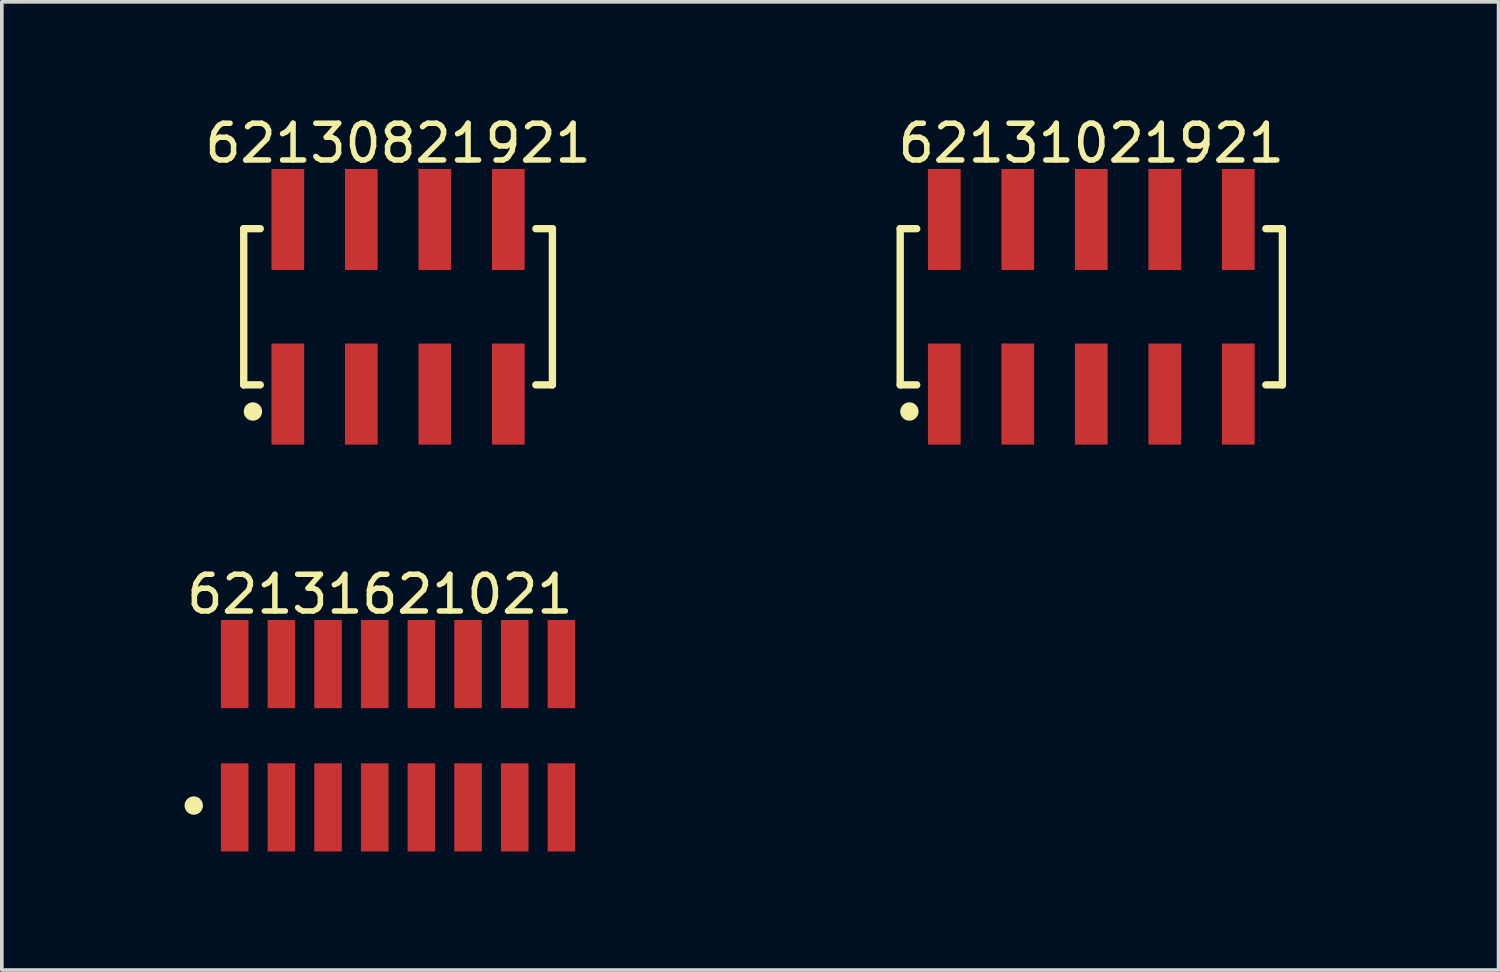
<source format=kicad_pcb>
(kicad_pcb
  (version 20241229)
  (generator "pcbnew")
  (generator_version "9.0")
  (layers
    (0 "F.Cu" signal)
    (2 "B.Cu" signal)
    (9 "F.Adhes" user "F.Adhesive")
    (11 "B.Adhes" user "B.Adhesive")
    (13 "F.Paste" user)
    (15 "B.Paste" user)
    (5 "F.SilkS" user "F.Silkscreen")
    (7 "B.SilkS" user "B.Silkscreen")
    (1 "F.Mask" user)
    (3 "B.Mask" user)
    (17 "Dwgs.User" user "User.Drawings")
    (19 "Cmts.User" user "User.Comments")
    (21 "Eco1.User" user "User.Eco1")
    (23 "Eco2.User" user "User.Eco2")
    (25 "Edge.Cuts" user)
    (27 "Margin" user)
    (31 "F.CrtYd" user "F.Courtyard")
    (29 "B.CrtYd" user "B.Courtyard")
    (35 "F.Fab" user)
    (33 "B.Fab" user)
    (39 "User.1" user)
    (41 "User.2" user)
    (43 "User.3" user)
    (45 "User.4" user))
  (footprint "62131621021"
    (layer "F.Cu")
    (at 7.782 16.971)
    (property "Reference" "62131621021" (at -0.495 -3.85 0) (layer "F.SilkS") (effects (font (size 1 1) (thickness 0.15))))
    (fp_circle (center -5.56 1.9) (end -5.56 1.775) (stroke (width 0.25) (type solid)) (fill no) (layer "F.SilkS"))
    (fp_line (start -5.28 -3.35) (end 5.28 -3.35) (stroke (width 0.05) (type solid)) (layer "Eco2.User"))
    (fp_line (start -5.28 3.35) (end -5.28 -3.35) (stroke (width 0.05) (type solid)) (layer "Eco2.User"))
    (fp_line (start -5.28 3.35) (end 5.28 3.35) (stroke (width 0.05) (type solid)) (layer "Eco2.User"))
    (fp_line (start -5.08 -1.7) (end 5.08 -1.7) (stroke (width 0.1) (type solid)) (layer "Eco2.User"))
    (fp_line (start -5.08 1.7) (end -5.08 -1.7) (stroke (width 0.1) (type solid)) (layer "Eco2.User"))
    (fp_line (start -5.08 1.7) (end 5.08 1.7) (stroke (width 0.1) (type solid)) (layer "Eco2.User"))
    (fp_line (start -4.645 -2.5) (end -4.245 -2.5) (stroke (width 0.1) (type solid)) (layer "Eco2.User"))
    (fp_line (start -4.645 -1.7) (end -4.645 -2.5) (stroke (width 0.1) (type solid)) (layer "Eco2.User"))
    (fp_line (start -4.645 2.5) (end -4.645 1.7) (stroke (width 0.1) (type solid)) (layer "Eco2.User"))
    (fp_line (start -4.645 2.5) (end -4.245 2.5) (stroke (width 0.1) (type solid)) (layer "Eco2.User"))
    (fp_line (start -4.245 -1.7) (end -4.245 -2.5) (stroke (width 0.1) (type solid)) (layer "Eco2.User"))
    (fp_line (start -4.245 2.5) (end -4.245 1.7) (stroke (width 0.1) (type solid)) (layer "Eco2.User"))
    (fp_line (start -3.375 -2.5) (end -2.975 -2.5) (stroke (width 0.1) (type solid)) (layer "Eco2.User"))
    (fp_line (start -3.375 -1.7) (end -3.375 -2.5) (stroke (width 0.1) (type solid)) (layer "Eco2.User"))
    (fp_line (start -3.375 2.5) (end -3.375 1.7) (stroke (width 0.1) (type solid)) (layer "Eco2.User"))
    (fp_line (start -3.375 2.5) (end -2.975 2.5) (stroke (width 0.1) (type solid)) (layer "Eco2.User"))
    (fp_line (start -2.975 -1.7) (end -2.975 -2.5) (stroke (width 0.1) (type solid)) (layer "Eco2.User"))
    (fp_line (start -2.975 2.5) (end -2.975 1.7) (stroke (width 0.1) (type solid)) (layer "Eco2.User"))
    (fp_line (start -2.105 -2.5) (end -1.705 -2.5) (stroke (width 0.1) (type solid)) (layer "Eco2.User"))
    (fp_line (start -2.105 -1.7) (end -2.105 -2.5) (stroke (width 0.1) (type solid)) (layer "Eco2.User"))
    (fp_line (start -2.105 2.5) (end -2.105 1.7) (stroke (width 0.1) (type solid)) (layer "Eco2.User"))
    (fp_line (start -2.105 2.5) (end -1.705 2.5) (stroke (width 0.1) (type solid)) (layer "Eco2.User"))
    (fp_line (start -1.705 -1.7) (end -1.705 -2.5) (stroke (width 0.1) (type solid)) (layer "Eco2.User"))
    (fp_line (start -1.705 2.5) (end -1.705 1.7) (stroke (width 0.1) (type solid)) (layer "Eco2.User"))
    (fp_line (start -0.835 -2.5) (end -0.435 -2.5) (stroke (width 0.1) (type solid)) (layer "Eco2.User"))
    (fp_line (start -0.835 -1.7) (end -0.835 -2.5) (stroke (width 0.1) (type solid)) (layer "Eco2.User"))
    (fp_line (start -0.835 2.5) (end -0.835 1.7) (stroke (width 0.1) (type solid)) (layer "Eco2.User"))
    (fp_line (start -0.835 2.5) (end -0.435 2.5) (stroke (width 0.1) (type solid)) (layer "Eco2.User"))
    (fp_line (start -0.5 0) (end 0.5 0) (stroke (width 0.05) (type solid)) (layer "Eco2.User"))
    (fp_line (start -0.435 -1.7) (end -0.435 -2.5) (stroke (width 0.1) (type solid)) (layer "Eco2.User"))
    (fp_line (start -0.435 2.5) (end -0.435 1.7) (stroke (width 0.1) (type solid)) (layer "Eco2.User"))
    (fp_line (start 0 0.5) (end 0 -0.5) (stroke (width 0.05) (type solid)) (layer "Eco2.User"))
    (fp_line (start 0.435 -2.5) (end 0.835 -2.5) (stroke (width 0.1) (type solid)) (layer "Eco2.User"))
    (fp_line (start 0.435 -1.7) (end 0.435 -2.5) (stroke (width 0.1) (type solid)) (layer "Eco2.User"))
    (fp_line (start 0.435 2.5) (end 0.435 1.7) (stroke (width 0.1) (type solid)) (layer "Eco2.User"))
    (fp_line (start 0.435 2.5) (end 0.835 2.5) (stroke (width 0.1) (type solid)) (layer "Eco2.User"))
    (fp_line (start 0.835 -1.7) (end 0.835 -2.5) (stroke (width 0.1) (type solid)) (layer "Eco2.User"))
    (fp_line (start 0.835 2.5) (end 0.835 1.7) (stroke (width 0.1) (type solid)) (layer "Eco2.User"))
    (fp_line (start 1.705 -2.5) (end 2.105 -2.5) (stroke (width 0.1) (type solid)) (layer "Eco2.User"))
    (fp_line (start 1.705 -1.7) (end 1.705 -2.5) (stroke (width 0.1) (type solid)) (layer "Eco2.User"))
    (fp_line (start 1.705 2.5) (end 1.705 1.7) (stroke (width 0.1) (type solid)) (layer "Eco2.User"))
    (fp_line (start 1.705 2.5) (end 2.105 2.5) (stroke (width 0.1) (type solid)) (layer "Eco2.User"))
    (fp_line (start 2.105 -1.7) (end 2.105 -2.5) (stroke (width 0.1) (type solid)) (layer "Eco2.User"))
    (fp_line (start 2.105 2.5) (end 2.105 1.7) (stroke (width 0.1) (type solid)) (layer "Eco2.User"))
    (fp_line (start 2.975 -2.5) (end 3.375 -2.5) (stroke (width 0.1) (type solid)) (layer "Eco2.User"))
    (fp_line (start 2.975 -1.7) (end 2.975 -2.5) (stroke (width 0.1) (type solid)) (layer "Eco2.User"))
    (fp_line (start 2.975 2.5) (end 2.975 1.7) (stroke (width 0.1) (type solid)) (layer "Eco2.User"))
    (fp_line (start 2.975 2.5) (end 3.375 2.5) (stroke (width 0.1) (type solid)) (layer "Eco2.User"))
    (fp_line (start 3.375 -1.7) (end 3.375 -2.5) (stroke (width 0.1) (type solid)) (layer "Eco2.User"))
    (fp_line (start 3.375 2.5) (end 3.375 1.7) (stroke (width 0.1) (type solid)) (layer "Eco2.User"))
    (fp_line (start 4.245 -2.5) (end 4.645 -2.5) (stroke (width 0.1) (type solid)) (layer "Eco2.User"))
    (fp_line (start 4.245 -1.7) (end 4.245 -2.5) (stroke (width 0.1) (type solid)) (layer "Eco2.User"))
    (fp_line (start 4.245 2.5) (end 4.245 1.7) (stroke (width 0.1) (type solid)) (layer "Eco2.User"))
    (fp_line (start 4.245 2.5) (end 4.645 2.5) (stroke (width 0.1) (type solid)) (layer "Eco2.User"))
    (fp_line (start 4.645 -1.7) (end 4.645 -2.5) (stroke (width 0.1) (type solid)) (layer "Eco2.User"))
    (fp_line (start 4.645 2.5) (end 4.645 1.7) (stroke (width 0.1) (type solid)) (layer "Eco2.User"))
    (fp_line (start 5.08 1.7) (end 5.08 -1.7) (stroke (width 0.1) (type solid)) (layer "Eco2.User"))
    (fp_line (start 5.28 3.35) (end 5.28 -3.35) (stroke (width 0.05) (type solid)) (layer "Eco2.User"))
    (fp_text user "${REFERENCE}" (at 0.15 -0.197 0) (unlocked yes) (layer "User.3") (effects (font (size 1.5 1.5) (thickness 0.15))))
    (pad "1" smd rect (at -4.445 1.95) (size 0.75 2.4) (layers "F.Cu" "F.Mask" "F.Paste"))
    (pad "2" smd rect (at -4.445 -1.95) (size 0.75 2.4) (layers "F.Cu" "F.Mask" "F.Paste"))
    (pad "3" smd rect (at -3.175 1.95) (size 0.75 2.4) (layers "F.Cu" "F.Mask" "F.Paste"))
    (pad "4" smd rect (at -3.175 -1.95) (size 0.75 2.4) (layers "F.Cu" "F.Mask" "F.Paste"))
    (pad "5" smd rect (at -1.905 1.95) (size 0.75 2.4) (layers "F.Cu" "F.Mask" "F.Paste"))
    (pad "6" smd rect (at -1.905 -1.95) (size 0.75 2.4) (layers "F.Cu" "F.Mask" "F.Paste"))
    (pad "7" smd rect (at -0.635 1.95) (size 0.75 2.4) (layers "F.Cu" "F.Mask" "F.Paste"))
    (pad "8" smd rect (at -0.635 -1.95) (size 0.75 2.4) (layers "F.Cu" "F.Mask" "F.Paste"))
    (pad "9" smd rect (at 0.635 1.95) (size 0.75 2.4) (layers "F.Cu" "F.Mask" "F.Paste"))
    (pad "10" smd rect (at 0.635 -1.95) (size 0.75 2.4) (layers "F.Cu" "F.Mask" "F.Paste"))
    (pad "11" smd rect (at 1.905 1.95) (size 0.75 2.4) (layers "F.Cu" "F.Mask" "F.Paste"))
    (pad "12" smd rect (at 1.905 -1.95) (size 0.75 2.4) (layers "F.Cu" "F.Mask" "F.Paste"))
    (pad "13" smd rect (at 3.175 1.95) (size 0.75 2.4) (layers "F.Cu" "F.Mask" "F.Paste"))
    (pad "14" smd rect (at 3.175 -1.95) (size 0.75 2.4) (layers "F.Cu" "F.Mask" "F.Paste"))
    (pad "15" smd rect (at 4.445 1.95) (size 0.75 2.4) (layers "F.Cu" "F.Mask" "F.Paste"))
    (pad "16" smd rect (at 4.445 -1.95) (size 0.75 2.4) (layers "F.Cu" "F.Mask" "F.Paste")))
  (footprint "62131021921"
    (layer "F.Cu")
    (at 26.646 5.298)
    (property "Reference" "62131021921" (at 0 -4.45 0) (layer "F.SilkS") (effects (font (size 1 1) (thickness 0.15))))
    (fp_line (start -5.2 -2.125) (end -4.75 -2.125) (stroke (width 0.2) (type solid)) (layer "F.SilkS"))
    (fp_line (start -5.2 2.125) (end -5.2 -2.125) (stroke (width 0.2) (type solid)) (layer "F.SilkS"))
    (fp_line (start -5.2 2.125) (end -4.75 2.125) (stroke (width 0.2) (type solid)) (layer "F.SilkS"))
    (fp_line (start 4.75 -2.125) (end 5.2 -2.125) (stroke (width 0.2) (type solid)) (layer "F.SilkS"))
    (fp_line (start 4.75 2.125) (end 5.2 2.125) (stroke (width 0.2) (type solid)) (layer "F.SilkS"))
    (fp_line (start 5.2 2.125) (end 5.2 -2.125) (stroke (width 0.2) (type solid)) (layer "F.SilkS"))
    (fp_circle (center -4.95 2.85) (end -4.95 2.725) (stroke (width 0.25) (type solid)) (fill no) (layer "F.SilkS"))
    (fp_line (start -5.4 -3.95) (end 5.4 -3.95) (stroke (width 0.05) (type solid)) (layer "Eco2.User"))
    (fp_line (start -5.4 3.95) (end -5.4 -3.95) (stroke (width 0.05) (type solid)) (layer "Eco2.User"))
    (fp_line (start -5.4 3.95) (end 5.4 3.95) (stroke (width 0.05) (type solid)) (layer "Eco2.User"))
    (fp_line (start -5 -2) (end 5 -2) (stroke (width 0.1) (type solid)) (layer "Eco2.User"))
    (fp_line (start -5 2) (end -5 -2) (stroke (width 0.1) (type solid)) (layer "Eco2.User"))
    (fp_line (start -5 2) (end 5 2) (stroke (width 0.1) (type solid)) (layer "Eco2.User"))
    (fp_line (start -4.25 -3.1) (end -3.75 -3.1) (stroke (width 0.1) (type solid)) (layer "Eco2.User"))
    (fp_line (start -4.25 -2) (end -4.25 -3.1) (stroke (width 0.1) (type solid)) (layer "Eco2.User"))
    (fp_line (start -4.25 3.1) (end -4.25 2) (stroke (width 0.1) (type solid)) (layer "Eco2.User"))
    (fp_line (start -4.25 3.1) (end -3.75 3.1) (stroke (width 0.1) (type solid)) (layer "Eco2.User"))
    (fp_line (start -3.75 -2) (end -3.75 -3.1) (stroke (width 0.1) (type solid)) (layer "Eco2.User"))
    (fp_line (start -3.75 3.1) (end -3.75 2) (stroke (width 0.1) (type solid)) (layer "Eco2.User"))
    (fp_line (start -2.25 -3.1) (end -1.75 -3.1) (stroke (width 0.1) (type solid)) (layer "Eco2.User"))
    (fp_line (start -2.25 -2) (end -2.25 -3.1) (stroke (width 0.1) (type solid)) (layer "Eco2.User"))
    (fp_line (start -2.25 3.1) (end -2.25 2) (stroke (width 0.1) (type solid)) (layer "Eco2.User"))
    (fp_line (start -2.25 3.1) (end -1.75 3.1) (stroke (width 0.1) (type solid)) (layer "Eco2.User"))
    (fp_line (start -1.75 -2) (end -1.75 -3.1) (stroke (width 0.1) (type solid)) (layer "Eco2.User"))
    (fp_line (start -1.75 3.1) (end -1.75 2) (stroke (width 0.1) (type solid)) (layer "Eco2.User"))
    (fp_line (start -0.5 0) (end 0.5 0) (stroke (width 0.05) (type solid)) (layer "Eco2.User"))
    (fp_line (start -0.25 -3.1) (end 0.25 -3.1) (stroke (width 0.1) (type solid)) (layer "Eco2.User"))
    (fp_line (start -0.25 -2) (end -0.25 -3.1) (stroke (width 0.1) (type solid)) (layer "Eco2.User"))
    (fp_line (start -0.25 3.1) (end -0.25 2) (stroke (width 0.1) (type solid)) (layer "Eco2.User"))
    (fp_line (start -0.25 3.1) (end 0.25 3.1) (stroke (width 0.1) (type solid)) (layer "Eco2.User"))
    (fp_line (start 0 0.5) (end 0 -0.5) (stroke (width 0.05) (type solid)) (layer "Eco2.User"))
    (fp_line (start 0.25 -2) (end 0.25 -3.1) (stroke (width 0.1) (type solid)) (layer "Eco2.User"))
    (fp_line (start 0.25 3.1) (end 0.25 2) (stroke (width 0.1) (type solid)) (layer "Eco2.User"))
    (fp_line (start 1.75 -3.1) (end 2.25 -3.1) (stroke (width 0.1) (type solid)) (layer "Eco2.User"))
    (fp_line (start 1.75 -2) (end 1.75 -3.1) (stroke (width 0.1) (type solid)) (layer "Eco2.User"))
    (fp_line (start 1.75 3.1) (end 1.75 2) (stroke (width 0.1) (type solid)) (layer "Eco2.User"))
    (fp_line (start 1.75 3.1) (end 2.25 3.1) (stroke (width 0.1) (type solid)) (layer "Eco2.User"))
    (fp_line (start 2.25 -2) (end 2.25 -3.1) (stroke (width 0.1) (type solid)) (layer "Eco2.User"))
    (fp_line (start 2.25 3.1) (end 2.25 2) (stroke (width 0.1) (type solid)) (layer "Eco2.User"))
    (fp_line (start 3.75 -3.1) (end 4.25 -3.1) (stroke (width 0.1) (type solid)) (layer "Eco2.User"))
    (fp_line (start 3.75 -2) (end 3.75 -3.1) (stroke (width 0.1) (type solid)) (layer "Eco2.User"))
    (fp_line (start 3.75 3.1) (end 3.75 2) (stroke (width 0.1) (type solid)) (layer "Eco2.User"))
    (fp_line (start 3.75 3.1) (end 4.25 3.1) (stroke (width 0.1) (type solid)) (layer "Eco2.User"))
    (fp_line (start 4.25 -2) (end 4.25 -3.1) (stroke (width 0.1) (type solid)) (layer "Eco2.User"))
    (fp_line (start 4.25 3.1) (end 4.25 2) (stroke (width 0.1) (type solid)) (layer "Eco2.User"))
    (fp_line (start 5 2) (end 5 -2) (stroke (width 0.1) (type solid)) (layer "Eco2.User"))
    (fp_line (start 5.4 3.95) (end 5.4 -3.95) (stroke (width 0.05) (type solid)) (layer "Eco2.User"))
    (fp_text user "${REFERENCE}" (at 0.15 -0.197 0) (unlocked yes) (layer "User.3") (effects (font (size 1.5 1.5) (thickness 0.15))))
    (pad "1" smd rect (at -4 2.375) (size 0.89 2.75) (layers "F.Cu" "F.Mask" "F.Paste"))
    (pad "2" smd rect (at -4 -2.375) (size 0.89 2.75) (layers "F.Cu" "F.Mask" "F.Paste"))
    (pad "3" smd rect (at -2 2.375) (size 0.89 2.75) (layers "F.Cu" "F.Mask" "F.Paste"))
    (pad "4" smd rect (at -2 -2.375) (size 0.89 2.75) (layers "F.Cu" "F.Mask" "F.Paste"))
    (pad "5" smd rect (at 0 2.375) (size 0.89 2.75) (layers "F.Cu" "F.Mask" "F.Paste"))
    (pad "6" smd rect (at 0 -2.375) (size 0.89 2.75) (layers "F.Cu" "F.Mask" "F.Paste"))
    (pad "7" smd rect (at 2 2.375) (size 0.89 2.75) (layers "F.Cu" "F.Mask" "F.Paste"))
    (pad "8" smd rect (at 2 -2.375) (size 0.89 2.75) (layers "F.Cu" "F.Mask" "F.Paste"))
    (pad "9" smd rect (at 4 2.375) (size 0.89 2.75) (layers "F.Cu" "F.Mask" "F.Paste"))
    (pad "10" smd rect (at 4 -2.375) (size 0.89 2.75) (layers "F.Cu" "F.Mask" "F.Paste")))
  (footprint "62130821921"
    (layer "F.Cu")
    (at 7.782 5.298)
    (property "Reference" "62130821921" (at 0 -4.45 0) (layer "F.SilkS") (effects (font (size 1 1) (thickness 0.15))))
    (fp_line (start -4.2 -2.125) (end -3.75 -2.125) (stroke (width 0.2) (type solid)) (layer "F.SilkS"))
    (fp_line (start -4.2 2.125) (end -4.2 -2.125) (stroke (width 0.2) (type solid)) (layer "F.SilkS"))
    (fp_line (start -4.2 2.125) (end -3.75 2.125) (stroke (width 0.2) (type solid)) (layer "F.SilkS"))
    (fp_line (start 3.75 -2.125) (end 4.2 -2.125) (stroke (width 0.2) (type solid)) (layer "F.SilkS"))
    (fp_line (start 3.75 2.125) (end 4.2 2.125) (stroke (width 0.2) (type solid)) (layer "F.SilkS"))
    (fp_line (start 4.2 2.125) (end 4.2 -2.125) (stroke (width 0.2) (type solid)) (layer "F.SilkS"))
    (fp_circle (center -3.95 2.85) (end -3.95 2.725) (stroke (width 0.25) (type solid)) (fill no) (layer "F.SilkS"))
    (fp_line (start -4.4 -3.95) (end 4.4 -3.95) (stroke (width 0.05) (type solid)) (layer "Eco2.User"))
    (fp_line (start -4.4 3.95) (end -4.4 -3.95) (stroke (width 0.05) (type solid)) (layer "Eco2.User"))
    (fp_line (start -4.4 3.95) (end 4.4 3.95) (stroke (width 0.05) (type solid)) (layer "Eco2.User"))
    (fp_line (start -4 -2) (end 4 -2) (stroke (width 0.1) (type solid)) (layer "Eco2.User"))
    (fp_line (start -4 2) (end -4 -2) (stroke (width 0.1) (type solid)) (layer "Eco2.User"))
    (fp_line (start -4 2) (end 4 2) (stroke (width 0.1) (type solid)) (layer "Eco2.User"))
    (fp_line (start -3.25 -3.1) (end -2.75 -3.1) (stroke (width 0.1) (type solid)) (layer "Eco2.User"))
    (fp_line (start -3.25 -2) (end -3.25 -3.1) (stroke (width 0.1) (type solid)) (layer "Eco2.User"))
    (fp_line (start -3.25 3.1) (end -3.25 2) (stroke (width 0.1) (type solid)) (layer "Eco2.User"))
    (fp_line (start -3.25 3.1) (end -2.75 3.1) (stroke (width 0.1) (type solid)) (layer "Eco2.User"))
    (fp_line (start -2.75 -2) (end -2.75 -3.1) (stroke (width 0.1) (type solid)) (layer "Eco2.User"))
    (fp_line (start -2.75 3.1) (end -2.75 2) (stroke (width 0.1) (type solid)) (layer "Eco2.User"))
    (fp_line (start -1.25 -3.1) (end -0.75 -3.1) (stroke (width 0.1) (type solid)) (layer "Eco2.User"))
    (fp_line (start -1.25 -2) (end -1.25 -3.1) (stroke (width 0.1) (type solid)) (layer "Eco2.User"))
    (fp_line (start -1.25 3.1) (end -1.25 2) (stroke (width 0.1) (type solid)) (layer "Eco2.User"))
    (fp_line (start -1.25 3.1) (end -0.75 3.1) (stroke (width 0.1) (type solid)) (layer "Eco2.User"))
    (fp_line (start -0.75 -2) (end -0.75 -3.1) (stroke (width 0.1) (type solid)) (layer "Eco2.User"))
    (fp_line (start -0.75 3.1) (end -0.75 2) (stroke (width 0.1) (type solid)) (layer "Eco2.User"))
    (fp_line (start -0.5 0) (end 0.5 0) (stroke (width 0.05) (type solid)) (layer "Eco2.User"))
    (fp_line (start 0 0.5) (end 0 -0.5) (stroke (width 0.05) (type solid)) (layer "Eco2.User"))
    (fp_line (start 0.75 -3.1) (end 1.25 -3.1) (stroke (width 0.1) (type solid)) (layer "Eco2.User"))
    (fp_line (start 0.75 -2) (end 0.75 -3.1) (stroke (width 0.1) (type solid)) (layer "Eco2.User"))
    (fp_line (start 0.75 3.1) (end 0.75 2) (stroke (width 0.1) (type solid)) (layer "Eco2.User"))
    (fp_line (start 0.75 3.1) (end 1.25 3.1) (stroke (width 0.1) (type solid)) (layer "Eco2.User"))
    (fp_line (start 1.25 -2) (end 1.25 -3.1) (stroke (width 0.1) (type solid)) (layer "Eco2.User"))
    (fp_line (start 1.25 3.1) (end 1.25 2) (stroke (width 0.1) (type solid)) (layer "Eco2.User"))
    (fp_line (start 2.75 -3.1) (end 3.25 -3.1) (stroke (width 0.1) (type solid)) (layer "Eco2.User"))
    (fp_line (start 2.75 -2) (end 2.75 -3.1) (stroke (width 0.1) (type solid)) (layer "Eco2.User"))
    (fp_line (start 2.75 3.1) (end 2.75 2) (stroke (width 0.1) (type solid)) (layer "Eco2.User"))
    (fp_line (start 2.75 3.1) (end 3.25 3.1) (stroke (width 0.1) (type solid)) (layer "Eco2.User"))
    (fp_line (start 3.25 -2) (end 3.25 -3.1) (stroke (width 0.1) (type solid)) (layer "Eco2.User"))
    (fp_line (start 3.25 3.1) (end 3.25 2) (stroke (width 0.1) (type solid)) (layer "Eco2.User"))
    (fp_line (start 4 2) (end 4 -2) (stroke (width 0.1) (type solid)) (layer "Eco2.User"))
    (fp_line (start 4.4 3.95) (end 4.4 -3.95) (stroke (width 0.05) (type solid)) (layer "Eco2.User"))
    (fp_text user "${REFERENCE}" (at 0.15 -0.197 0) (unlocked yes) (layer "User.3") (effects (font (size 1.5 1.5) (thickness 0.15))))
    (pad "1" smd rect (at -3 2.375) (size 0.89 2.75) (layers "F.Cu" "F.Mask" "F.Paste"))
    (pad "2" smd rect (at -3 -2.375) (size 0.89 2.75) (layers "F.Cu" "F.Mask" "F.Paste"))
    (pad "3" smd rect (at -1 2.375) (size 0.89 2.75) (layers "F.Cu" "F.Mask" "F.Paste"))
    (pad "4" smd rect (at -1 -2.375) (size 0.89 2.75) (layers "F.Cu" "F.Mask" "F.Paste"))
    (pad "5" smd rect (at 1 2.375) (size 0.89 2.75) (layers "F.Cu" "F.Mask" "F.Paste"))
    (pad "6" smd rect (at 1 -2.375) (size 0.89 2.75) (layers "F.Cu" "F.Mask" "F.Paste"))
    (pad "7" smd rect (at 3 2.375) (size 0.89 2.75) (layers "F.Cu" "F.Mask" "F.Paste"))
    (pad "8" smd rect (at 3 -2.375) (size 0.89 2.75) (layers "F.Cu" "F.Mask" "F.Paste")))
  (gr_rect
    (start -3 -3)
    (end 37.729 23.346)
    (stroke (width 0.1) (type default))
    (fill no)
    (layer "Edge.Cuts")))
</source>
